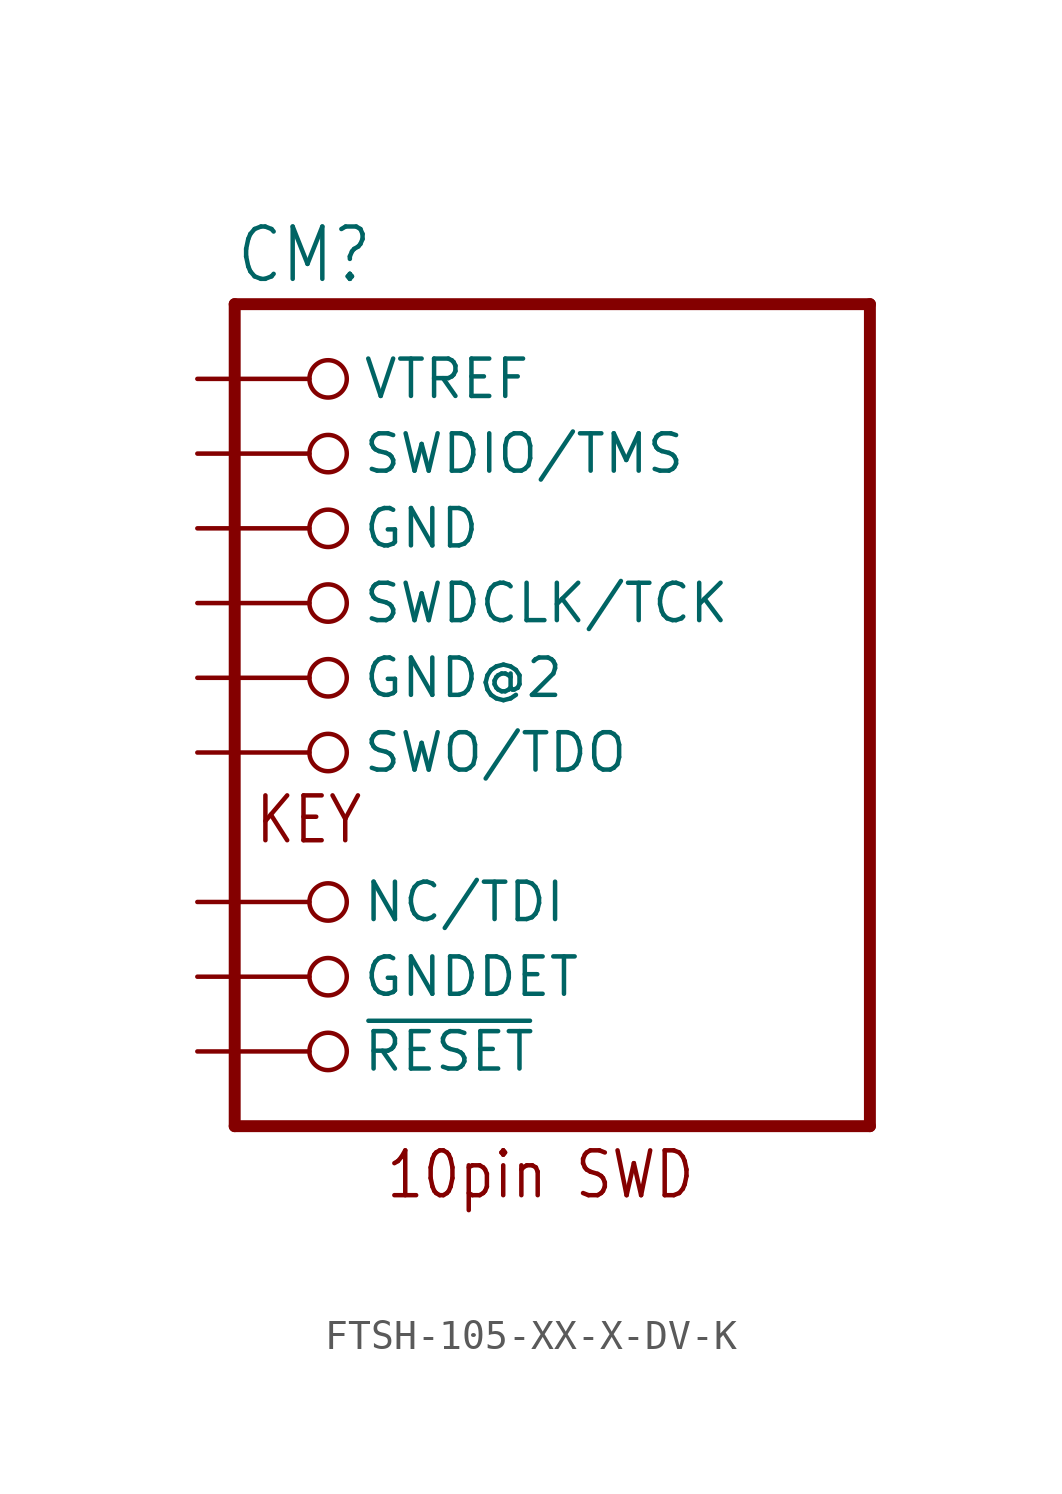
<source format=kicad_sym>
(kicad_symbol_lib
  (version 20211014)
  (generator kicad_symbol_editor)
  (symbol "FTSH-105-XX-X-DV-K"
    (property "Reference" "CM"
      (at -6.35 18.415 0)
      (effects (font (size 1.778 1.511)) (justify left bottom)))
    (property "ki_locked" ""
      (at 0 0 0)
      (effects (font (size 1.27 1.27))))
    (symbol "FTSH-105-XX-X-DV-K_1_0"
      (polyline (pts (xy -6.35 -10.16) (xy 15.24 -10.16)) (stroke (width 0.406) (type default) (color 0 0 0 0)) (fill (type none)))
      (polyline (pts (xy -6.35 17.78) (xy -6.35 -10.16)) (stroke (width 0.406) (type default) (color 0 0 0 0)) (fill (type none)))
      (polyline (pts (xy 15.24 -10.16) (xy 15.24 17.78)) (stroke (width 0.406) (type default) (color 0 0 0 0)) (fill (type none)))
      (polyline (pts (xy 15.24 17.78) (xy -6.35 17.78)) (stroke (width 0.406) (type default) (color 0 0 0 0)) (fill (type none)))
      (text "10pin SWD" (at -1.27 -12.7 0) (effects (font (size 1.524 1.295)) (justify left bottom)))
      (text "KEY" (at -5.715 -0.635 0) (effects (font (size 1.524 1.295)) (justify left bottom)))
      (pin passive inverted (at -7.62 15.24 0) (length 5.08) (name "VTREF" (effects (font (size 1.27 1.27)))) (number "1" (effects (font (size 0 0)))))
      (pin passive inverted (at -7.62 -7.62 0) (length 5.08) (name "~{RESET}" (effects (font (size 1.27 1.27)))) (number "10" (effects (font (size 0 0)))))
      (pin passive inverted (at -7.62 12.7 0) (length 5.08) (name "SWDIO/TMS" (effects (font (size 1.27 1.27)))) (number "2" (effects (font (size 0 0)))))
      (pin passive inverted (at -7.62 10.16 0) (length 5.08) (name "GND" (effects (font (size 1.27 1.27)))) (number "3" (effects (font (size 0 0)))))
      (pin passive inverted (at -7.62 7.62 0) (length 5.08) (name "SWDCLK/TCK" (effects (font (size 1.27 1.27)))) (number "4" (effects (font (size 0 0)))))
      (pin passive inverted (at -7.62 5.08 0) (length 5.08) (name "GND@2" (effects (font (size 1.27 1.27)))) (number "5" (effects (font (size 0 0)))))
      (pin passive inverted (at -7.62 2.54 0) (length 5.08) (name "SWO/TDO" (effects (font (size 1.27 1.27)))) (number "6" (effects (font (size 0 0)))))
      (pin passive inverted (at -7.62 -2.54 0) (length 5.08) (name "NC/TDI" (effects (font (size 1.27 1.27)))) (number "8" (effects (font (size 0 0)))))
      (pin passive inverted (at -7.62 -5.08 0) (length 5.08) (name "GNDDET" (effects (font (size 1.27 1.27)))) (number "9" (effects (font (size 0 0))))))))
</source>
